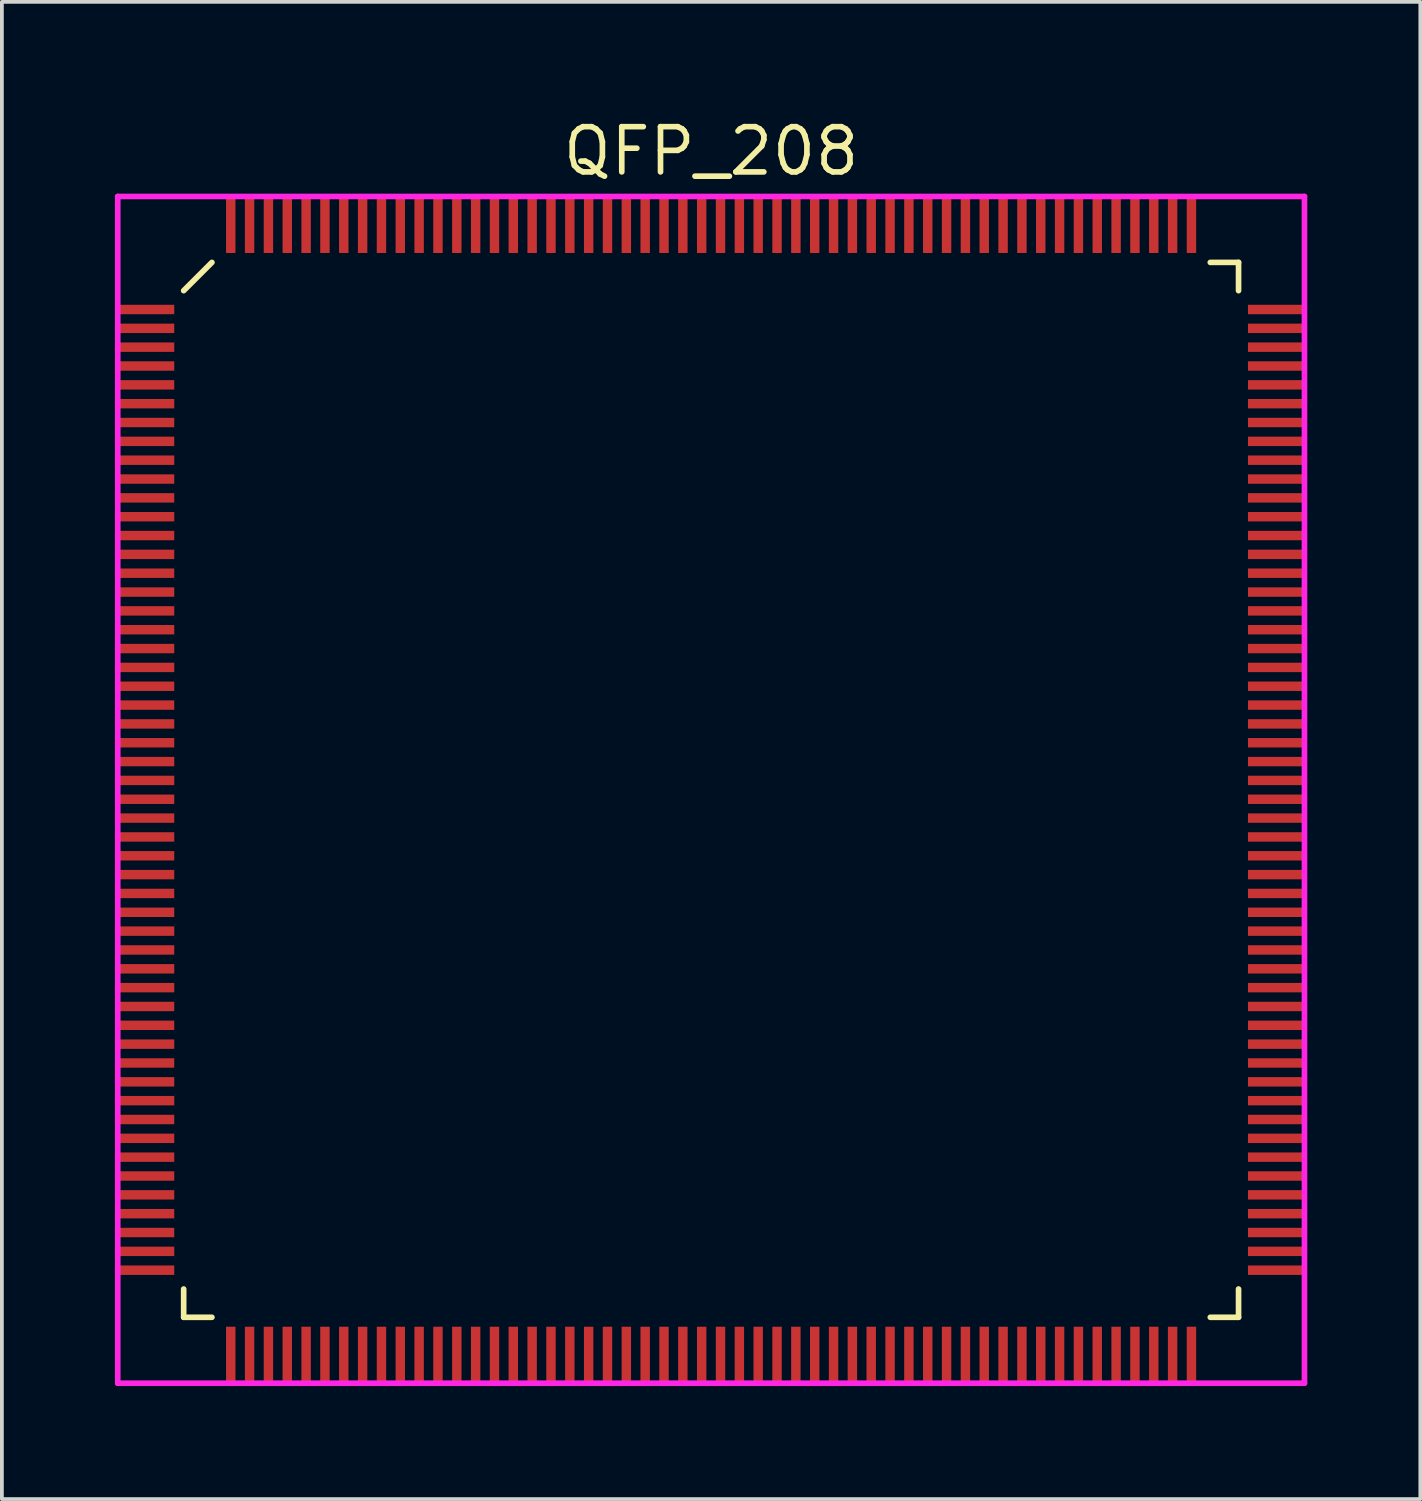
<source format=kicad_pcb>
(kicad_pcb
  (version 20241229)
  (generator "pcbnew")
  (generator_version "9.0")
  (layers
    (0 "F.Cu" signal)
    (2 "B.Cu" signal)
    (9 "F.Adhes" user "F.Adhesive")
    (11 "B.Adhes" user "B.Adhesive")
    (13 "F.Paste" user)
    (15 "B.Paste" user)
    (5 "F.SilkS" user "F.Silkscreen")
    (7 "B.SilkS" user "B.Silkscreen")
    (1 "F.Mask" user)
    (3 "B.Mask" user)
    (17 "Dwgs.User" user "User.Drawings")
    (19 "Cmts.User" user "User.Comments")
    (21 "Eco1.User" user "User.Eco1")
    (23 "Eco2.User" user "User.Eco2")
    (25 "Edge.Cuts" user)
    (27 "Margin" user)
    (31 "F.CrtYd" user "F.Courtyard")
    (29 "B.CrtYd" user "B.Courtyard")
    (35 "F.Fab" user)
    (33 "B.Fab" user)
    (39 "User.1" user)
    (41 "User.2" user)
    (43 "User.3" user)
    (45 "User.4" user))
  (footprint "QFP_208"
    (layer "F.Cu")
    (at 15.825 17.915)
    (property "Reference" "QFP_208" (at 0 -16.95 0) (layer "F.SilkS") (effects (font (size 1.2 1.2) (thickness 0.15))))
    (attr through_hole)
    (fp_line (start -14 -13.25) (end -13.25 -14) (stroke (width 0.15) (type solid)) (layer "F.SilkS"))
    (fp_line (start -14 14) (end -14 13.25) (stroke (width 0.15) (type solid)) (layer "F.SilkS"))
    (fp_line (start -13.25 14) (end -14 14) (stroke (width 0.15) (type solid)) (layer "F.SilkS"))
    (fp_line (start 13.25 -14) (end 14 -14) (stroke (width 0.15) (type solid)) (layer "F.SilkS"))
    (fp_line (start 13.25 14) (end 14 14) (stroke (width 0.15) (type solid)) (layer "F.SilkS"))
    (fp_line (start 14 -14) (end 14 -13.25) (stroke (width 0.15) (type solid)) (layer "F.SilkS"))
    (fp_line (start 14 14) (end 14 13.25) (stroke (width 0.15) (type solid)) (layer "F.SilkS"))
    (fp_line (start -15.75 -15.75) (end 15.75 -15.75) (stroke (width 0.15) (type solid)) (layer "F.CrtYd"))
    (fp_line (start -15.75 15.75) (end -15.75 -15.75) (stroke (width 0.15) (type solid)) (layer "F.CrtYd"))
    (fp_line (start 15.75 -15.75) (end 15.75 15.75) (stroke (width 0.15) (type solid)) (layer "F.CrtYd"))
    (fp_line (start 15.75 15.75) (end -15.75 15.75) (stroke (width 0.15) (type solid)) (layer "F.CrtYd"))
    (pad "1" smd rect (at -15 -12.75 90) (size 0.25 1.5) (layers "F.Cu" "F.Mask" "F.Paste"))
    (pad "2" smd rect (at -15 -12.25 90) (size 0.25 1.5) (layers "F.Cu" "F.Mask" "F.Paste"))
    (pad "3" smd rect (at -15 -11.75 90) (size 0.25 1.5) (layers "F.Cu" "F.Mask" "F.Paste"))
    (pad "4" smd rect (at -15 -11.25 90) (size 0.25 1.5) (layers "F.Cu" "F.Mask" "F.Paste"))
    (pad "5" smd rect (at -15 -10.75 90) (size 0.25 1.5) (layers "F.Cu" "F.Mask" "F.Paste"))
    (pad "6" smd rect (at -15 -10.25 90) (size 0.25 1.5) (layers "F.Cu" "F.Mask" "F.Paste"))
    (pad "7" smd rect (at -15 -9.75 90) (size 0.25 1.5) (layers "F.Cu" "F.Mask" "F.Paste"))
    (pad "8" smd rect (at -15 -9.25 90) (size 0.25 1.5) (layers "F.Cu" "F.Mask" "F.Paste"))
    (pad "9" smd rect (at -15 -8.75 90) (size 0.25 1.5) (layers "F.Cu" "F.Mask" "F.Paste"))
    (pad "10" smd rect (at -15 -8.25 90) (size 0.25 1.5) (layers "F.Cu" "F.Mask" "F.Paste"))
    (pad "11" smd rect (at -15 -7.75 90) (size 0.25 1.5) (layers "F.Cu" "F.Mask" "F.Paste"))
    (pad "12" smd rect (at -15 -7.25 90) (size 0.25 1.5) (layers "F.Cu" "F.Mask" "F.Paste"))
    (pad "13" smd rect (at -15 -6.75 90) (size 0.25 1.5) (layers "F.Cu" "F.Mask" "F.Paste"))
    (pad "14" smd rect (at -15 -6.25 90) (size 0.25 1.5) (layers "F.Cu" "F.Mask" "F.Paste"))
    (pad "15" smd rect (at -15 -5.75 90) (size 0.25 1.5) (layers "F.Cu" "F.Mask" "F.Paste"))
    (pad "16" smd rect (at -15 -5.25 90) (size 0.25 1.5) (layers "F.Cu" "F.Mask" "F.Paste"))
    (pad "17" smd rect (at -15 -4.75 90) (size 0.25 1.5) (layers "F.Cu" "F.Mask" "F.Paste"))
    (pad "18" smd rect (at -15 -4.25 90) (size 0.25 1.5) (layers "F.Cu" "F.Mask" "F.Paste"))
    (pad "19" smd rect (at -15 -3.75 90) (size 0.25 1.5) (layers "F.Cu" "F.Mask" "F.Paste"))
    (pad "20" smd rect (at -15 -3.25 90) (size 0.25 1.5) (layers "F.Cu" "F.Mask" "F.Paste"))
    (pad "21" smd rect (at -15 -2.75 90) (size 0.25 1.5) (layers "F.Cu" "F.Mask" "F.Paste"))
    (pad "22" smd rect (at -15 -2.25 90) (size 0.25 1.5) (layers "F.Cu" "F.Mask" "F.Paste"))
    (pad "23" smd rect (at -15 -1.75 90) (size 0.25 1.5) (layers "F.Cu" "F.Mask" "F.Paste"))
    (pad "24" smd rect (at -15 -1.25 90) (size 0.25 1.5) (layers "F.Cu" "F.Mask" "F.Paste"))
    (pad "25" smd rect (at -15 -0.75 90) (size 0.25 1.5) (layers "F.Cu" "F.Mask" "F.Paste"))
    (pad "26" smd rect (at -15 -0.25 90) (size 0.25 1.5) (layers "F.Cu" "F.Mask" "F.Paste"))
    (pad "27" smd rect (at -15 0.25 90) (size 0.25 1.5) (layers "F.Cu" "F.Mask" "F.Paste"))
    (pad "28" smd rect (at -15 0.75 90) (size 0.25 1.5) (layers "F.Cu" "F.Mask" "F.Paste"))
    (pad "29" smd rect (at -15 1.25 90) (size 0.25 1.5) (layers "F.Cu" "F.Mask" "F.Paste"))
    (pad "30" smd rect (at -15 1.75 90) (size 0.25 1.5) (layers "F.Cu" "F.Mask" "F.Paste"))
    (pad "31" smd rect (at -15 2.25 90) (size 0.25 1.5) (layers "F.Cu" "F.Mask" "F.Paste"))
    (pad "32" smd rect (at -15 2.75 90) (size 0.25 1.5) (layers "F.Cu" "F.Mask" "F.Paste"))
    (pad "33" smd rect (at -15 3.25 90) (size 0.25 1.5) (layers "F.Cu" "F.Mask" "F.Paste"))
    (pad "34" smd rect (at -15 3.75 90) (size 0.25 1.5) (layers "F.Cu" "F.Mask" "F.Paste"))
    (pad "35" smd rect (at -15 4.25 90) (size 0.25 1.5) (layers "F.Cu" "F.Mask" "F.Paste"))
    (pad "36" smd rect (at -15 4.75 90) (size 0.25 1.5) (layers "F.Cu" "F.Mask" "F.Paste"))
    (pad "37" smd rect (at -15 5.25 90) (size 0.25 1.5) (layers "F.Cu" "F.Mask" "F.Paste"))
    (pad "38" smd rect (at -15 5.75 90) (size 0.25 1.5) (layers "F.Cu" "F.Mask" "F.Paste"))
    (pad "39" smd rect (at -15 6.25 90) (size 0.25 1.5) (layers "F.Cu" "F.Mask" "F.Paste"))
    (pad "40" smd rect (at -15 6.75 90) (size 0.25 1.5) (layers "F.Cu" "F.Mask" "F.Paste"))
    (pad "41" smd rect (at -15 7.25 90) (size 0.25 1.5) (layers "F.Cu" "F.Mask" "F.Paste"))
    (pad "42" smd rect (at -15 7.75 90) (size 0.25 1.5) (layers "F.Cu" "F.Mask" "F.Paste"))
    (pad "43" smd rect (at -15 8.25 90) (size 0.25 1.5) (layers "F.Cu" "F.Mask" "F.Paste"))
    (pad "44" smd rect (at -15 8.75 90) (size 0.25 1.5) (layers "F.Cu" "F.Mask" "F.Paste"))
    (pad "45" smd rect (at -15 9.25 90) (size 0.25 1.5) (layers "F.Cu" "F.Mask" "F.Paste"))
    (pad "46" smd rect (at -15 9.75 90) (size 0.25 1.5) (layers "F.Cu" "F.Mask" "F.Paste"))
    (pad "47" smd rect (at -15 10.25 90) (size 0.25 1.5) (layers "F.Cu" "F.Mask" "F.Paste"))
    (pad "48" smd rect (at -15 10.75 90) (size 0.25 1.5) (layers "F.Cu" "F.Mask" "F.Paste"))
    (pad "49" smd rect (at -15 11.25 90) (size 0.25 1.5) (layers "F.Cu" "F.Mask" "F.Paste"))
    (pad "50" smd rect (at -15 11.75 90) (size 0.25 1.5) (layers "F.Cu" "F.Mask" "F.Paste"))
    (pad "51" smd rect (at -15 12.25 90) (size 0.25 1.5) (layers "F.Cu" "F.Mask" "F.Paste"))
    (pad "52" smd rect (at -15 12.75 90) (size 0.25 1.5) (layers "F.Cu" "F.Mask" "F.Paste"))
    (pad "53" smd rect (at -12.75 15) (size 0.25 1.5) (layers "F.Cu" "F.Mask" "F.Paste"))
    (pad "54" smd rect (at -12.25 15) (size 0.25 1.5) (layers "F.Cu" "F.Mask" "F.Paste"))
    (pad "55" smd rect (at -11.75 15) (size 0.25 1.5) (layers "F.Cu" "F.Mask" "F.Paste"))
    (pad "56" smd rect (at -11.25 15) (size 0.25 1.5) (layers "F.Cu" "F.Mask" "F.Paste"))
    (pad "57" smd rect (at -10.75 15) (size 0.25 1.5) (layers "F.Cu" "F.Mask" "F.Paste"))
    (pad "58" smd rect (at -10.25 15) (size 0.25 1.5) (layers "F.Cu" "F.Mask" "F.Paste"))
    (pad "59" smd rect (at -9.75 15) (size 0.25 1.5) (layers "F.Cu" "F.Mask" "F.Paste"))
    (pad "60" smd rect (at -9.25 15) (size 0.25 1.5) (layers "F.Cu" "F.Mask" "F.Paste"))
    (pad "61" smd rect (at -8.75 15) (size 0.25 1.5) (layers "F.Cu" "F.Mask" "F.Paste"))
    (pad "62" smd rect (at -8.25 15) (size 0.25 1.5) (layers "F.Cu" "F.Mask" "F.Paste"))
    (pad "63" smd rect (at -7.75 15) (size 0.25 1.5) (layers "F.Cu" "F.Mask" "F.Paste"))
    (pad "64" smd rect (at -7.25 15) (size 0.25 1.5) (layers "F.Cu" "F.Mask" "F.Paste"))
    (pad "65" smd rect (at -6.75 15) (size 0.25 1.5) (layers "F.Cu" "F.Mask" "F.Paste"))
    (pad "66" smd rect (at -6.25 15) (size 0.25 1.5) (layers "F.Cu" "F.Mask" "F.Paste"))
    (pad "67" smd rect (at -5.75 15) (size 0.25 1.5) (layers "F.Cu" "F.Mask" "F.Paste"))
    (pad "68" smd rect (at -5.25 15) (size 0.25 1.5) (layers "F.Cu" "F.Mask" "F.Paste"))
    (pad "69" smd rect (at -4.75 15) (size 0.25 1.5) (layers "F.Cu" "F.Mask" "F.Paste"))
    (pad "70" smd rect (at -4.25 15) (size 0.25 1.5) (layers "F.Cu" "F.Mask" "F.Paste"))
    (pad "71" smd rect (at -3.75 15) (size 0.25 1.5) (layers "F.Cu" "F.Mask" "F.Paste"))
    (pad "72" smd rect (at -3.25 15) (size 0.25 1.5) (layers "F.Cu" "F.Mask" "F.Paste"))
    (pad "73" smd rect (at -2.75 15) (size 0.25 1.5) (layers "F.Cu" "F.Mask" "F.Paste"))
    (pad "74" smd rect (at -2.25 15) (size 0.25 1.5) (layers "F.Cu" "F.Mask" "F.Paste"))
    (pad "75" smd rect (at -1.75 15) (size 0.25 1.5) (layers "F.Cu" "F.Mask" "F.Paste"))
    (pad "76" smd rect (at -1.25 15) (size 0.25 1.5) (layers "F.Cu" "F.Mask" "F.Paste"))
    (pad "77" smd rect (at -0.75 15) (size 0.25 1.5) (layers "F.Cu" "F.Mask" "F.Paste"))
    (pad "78" smd rect (at -0.25 15) (size 0.25 1.5) (layers "F.Cu" "F.Mask" "F.Paste"))
    (pad "79" smd rect (at 0.25 15) (size 0.25 1.5) (layers "F.Cu" "F.Mask" "F.Paste"))
    (pad "80" smd rect (at 0.75 15) (size 0.25 1.5) (layers "F.Cu" "F.Mask" "F.Paste"))
    (pad "81" smd rect (at 1.25 15) (size 0.25 1.5) (layers "F.Cu" "F.Mask" "F.Paste"))
    (pad "82" smd rect (at 1.75 15) (size 0.25 1.5) (layers "F.Cu" "F.Mask" "F.Paste"))
    (pad "83" smd rect (at 2.25 15) (size 0.25 1.5) (layers "F.Cu" "F.Mask" "F.Paste"))
    (pad "84" smd rect (at 2.75 15) (size 0.25 1.5) (layers "F.Cu" "F.Mask" "F.Paste"))
    (pad "85" smd rect (at 3.25 15) (size 0.25 1.5) (layers "F.Cu" "F.Mask" "F.Paste"))
    (pad "86" smd rect (at 3.75 15) (size 0.25 1.5) (layers "F.Cu" "F.Mask" "F.Paste"))
    (pad "87" smd rect (at 4.25 15) (size 0.25 1.5) (layers "F.Cu" "F.Mask" "F.Paste"))
    (pad "88" smd rect (at 4.75 15) (size 0.25 1.5) (layers "F.Cu" "F.Mask" "F.Paste"))
    (pad "89" smd rect (at 5.25 15) (size 0.25 1.5) (layers "F.Cu" "F.Mask" "F.Paste"))
    (pad "90" smd rect (at 5.75 15) (size 0.25 1.5) (layers "F.Cu" "F.Mask" "F.Paste"))
    (pad "91" smd rect (at 6.25 15) (size 0.25 1.5) (layers "F.Cu" "F.Mask" "F.Paste"))
    (pad "92" smd rect (at 6.75 15) (size 0.25 1.5) (layers "F.Cu" "F.Mask" "F.Paste"))
    (pad "93" smd rect (at 7.25 15) (size 0.25 1.5) (layers "F.Cu" "F.Mask" "F.Paste"))
    (pad "94" smd rect (at 7.75 15) (size 0.25 1.5) (layers "F.Cu" "F.Mask" "F.Paste"))
    (pad "95" smd rect (at 8.25 15) (size 0.25 1.5) (layers "F.Cu" "F.Mask" "F.Paste"))
    (pad "96" smd rect (at 8.75 15) (size 0.25 1.5) (layers "F.Cu" "F.Mask" "F.Paste"))
    (pad "97" smd rect (at 9.25 15) (size 0.25 1.5) (layers "F.Cu" "F.Mask" "F.Paste"))
    (pad "98" smd rect (at 9.75 15) (size 0.25 1.5) (layers "F.Cu" "F.Mask" "F.Paste"))
    (pad "99" smd rect (at 10.25 15) (size 0.25 1.5) (layers "F.Cu" "F.Mask" "F.Paste"))
    (pad "100" smd rect (at 10.75 15) (size 0.25 1.5) (layers "F.Cu" "F.Mask" "F.Paste"))
    (pad "101" smd rect (at 11.25 15) (size 0.25 1.5) (layers "F.Cu" "F.Mask" "F.Paste"))
    (pad "102" smd rect (at 11.75 15) (size 0.25 1.5) (layers "F.Cu" "F.Mask" "F.Paste"))
    (pad "103" smd rect (at 12.25 15) (size 0.25 1.5) (layers "F.Cu" "F.Mask" "F.Paste"))
    (pad "104" smd rect (at 12.75 15) (size 0.25 1.5) (layers "F.Cu" "F.Mask" "F.Paste"))
    (pad "105" smd rect (at 15 12.75 90) (size 0.25 1.5) (layers "F.Cu" "F.Mask" "F.Paste"))
    (pad "106" smd rect (at 15 12.25 90) (size 0.25 1.5) (layers "F.Cu" "F.Mask" "F.Paste"))
    (pad "107" smd rect (at 15 11.75 90) (size 0.25 1.5) (layers "F.Cu" "F.Mask" "F.Paste"))
    (pad "108" smd rect (at 15 11.25 90) (size 0.25 1.5) (layers "F.Cu" "F.Mask" "F.Paste"))
    (pad "109" smd rect (at 15 10.75 90) (size 0.25 1.5) (layers "F.Cu" "F.Mask" "F.Paste"))
    (pad "110" smd rect (at 15 10.25 90) (size 0.25 1.5) (layers "F.Cu" "F.Mask" "F.Paste"))
    (pad "111" smd rect (at 15 9.75 90) (size 0.25 1.5) (layers "F.Cu" "F.Mask" "F.Paste"))
    (pad "112" smd rect (at 15 9.25 90) (size 0.25 1.5) (layers "F.Cu" "F.Mask" "F.Paste"))
    (pad "113" smd rect (at 15 8.75 90) (size 0.25 1.5) (layers "F.Cu" "F.Mask" "F.Paste"))
    (pad "114" smd rect (at 15 8.25 90) (size 0.25 1.5) (layers "F.Cu" "F.Mask" "F.Paste"))
    (pad "115" smd rect (at 15 7.75 90) (size 0.25 1.5) (layers "F.Cu" "F.Mask" "F.Paste"))
    (pad "116" smd rect (at 15 7.25 90) (size 0.25 1.5) (layers "F.Cu" "F.Mask" "F.Paste"))
    (pad "117" smd rect (at 15 6.75 90) (size 0.25 1.5) (layers "F.Cu" "F.Mask" "F.Paste"))
    (pad "118" smd rect (at 15 6.25 90) (size 0.25 1.5) (layers "F.Cu" "F.Mask" "F.Paste"))
    (pad "119" smd rect (at 15 5.75 90) (size 0.25 1.5) (layers "F.Cu" "F.Mask" "F.Paste"))
    (pad "120" smd rect (at 15 5.25 90) (size 0.25 1.5) (layers "F.Cu" "F.Mask" "F.Paste"))
    (pad "121" smd rect (at 15 4.75 90) (size 0.25 1.5) (layers "F.Cu" "F.Mask" "F.Paste"))
    (pad "122" smd rect (at 15 4.25 90) (size 0.25 1.5) (layers "F.Cu" "F.Mask" "F.Paste"))
    (pad "123" smd rect (at 15 3.75 90) (size 0.25 1.5) (layers "F.Cu" "F.Mask" "F.Paste"))
    (pad "124" smd rect (at 15 3.25 90) (size 0.25 1.5) (layers "F.Cu" "F.Mask" "F.Paste"))
    (pad "125" smd rect (at 15 2.75 90) (size 0.25 1.5) (layers "F.Cu" "F.Mask" "F.Paste"))
    (pad "126" smd rect (at 15 2.25 90) (size 0.25 1.5) (layers "F.Cu" "F.Mask" "F.Paste"))
    (pad "127" smd rect (at 15 1.75 90) (size 0.25 1.5) (layers "F.Cu" "F.Mask" "F.Paste"))
    (pad "128" smd rect (at 15 1.25 90) (size 0.25 1.5) (layers "F.Cu" "F.Mask" "F.Paste"))
    (pad "129" smd rect (at 15 0.75 90) (size 0.25 1.5) (layers "F.Cu" "F.Mask" "F.Paste"))
    (pad "130" smd rect (at 15 0.25 90) (size 0.25 1.5) (layers "F.Cu" "F.Mask" "F.Paste"))
    (pad "131" smd rect (at 15 -0.25 90) (size 0.25 1.5) (layers "F.Cu" "F.Mask" "F.Paste"))
    (pad "132" smd rect (at 15 -0.75 90) (size 0.25 1.5) (layers "F.Cu" "F.Mask" "F.Paste"))
    (pad "133" smd rect (at 15 -1.25 90) (size 0.25 1.5) (layers "F.Cu" "F.Mask" "F.Paste"))
    (pad "134" smd rect (at 15 -1.75 90) (size 0.25 1.5) (layers "F.Cu" "F.Mask" "F.Paste"))
    (pad "135" smd rect (at 15 -2.25 90) (size 0.25 1.5) (layers "F.Cu" "F.Mask" "F.Paste"))
    (pad "136" smd rect (at 15 -2.75 90) (size 0.25 1.5) (layers "F.Cu" "F.Mask" "F.Paste"))
    (pad "137" smd rect (at 15 -3.25 90) (size 0.25 1.5) (layers "F.Cu" "F.Mask" "F.Paste"))
    (pad "138" smd rect (at 15 -3.75 90) (size 0.25 1.5) (layers "F.Cu" "F.Mask" "F.Paste"))
    (pad "139" smd rect (at 15 -4.25 90) (size 0.25 1.5) (layers "F.Cu" "F.Mask" "F.Paste"))
    (pad "140" smd rect (at 15 -4.75 90) (size 0.25 1.5) (layers "F.Cu" "F.Mask" "F.Paste"))
    (pad "141" smd rect (at 15 -5.25 90) (size 0.25 1.5) (layers "F.Cu" "F.Mask" "F.Paste"))
    (pad "142" smd rect (at 15 -5.75 90) (size 0.25 1.5) (layers "F.Cu" "F.Mask" "F.Paste"))
    (pad "143" smd rect (at 15 -6.25 90) (size 0.25 1.5) (layers "F.Cu" "F.Mask" "F.Paste"))
    (pad "144" smd rect (at 15 -6.75 90) (size 0.25 1.5) (layers "F.Cu" "F.Mask" "F.Paste"))
    (pad "145" smd rect (at 15 -7.25 90) (size 0.25 1.5) (layers "F.Cu" "F.Mask" "F.Paste"))
    (pad "146" smd rect (at 15 -7.75 90) (size 0.25 1.5) (layers "F.Cu" "F.Mask" "F.Paste"))
    (pad "147" smd rect (at 15 -8.25 90) (size 0.25 1.5) (layers "F.Cu" "F.Mask" "F.Paste"))
    (pad "148" smd rect (at 15 -8.75 90) (size 0.25 1.5) (layers "F.Cu" "F.Mask" "F.Paste"))
    (pad "149" smd rect (at 15 -9.25 90) (size 0.25 1.5) (layers "F.Cu" "F.Mask" "F.Paste"))
    (pad "150" smd rect (at 15 -9.75 90) (size 0.25 1.5) (layers "F.Cu" "F.Mask" "F.Paste"))
    (pad "151" smd rect (at 15 -10.25 90) (size 0.25 1.5) (layers "F.Cu" "F.Mask" "F.Paste"))
    (pad "152" smd rect (at 15 -10.75 90) (size 0.25 1.5) (layers "F.Cu" "F.Mask" "F.Paste"))
    (pad "153" smd rect (at 15 -11.25 90) (size 0.25 1.5) (layers "F.Cu" "F.Mask" "F.Paste"))
    (pad "154" smd rect (at 15 -11.75 90) (size 0.25 1.5) (layers "F.Cu" "F.Mask" "F.Paste"))
    (pad "155" smd rect (at 15 -12.25 90) (size 0.25 1.5) (layers "F.Cu" "F.Mask" "F.Paste"))
    (pad "156" smd rect (at 15 -12.75 90) (size 0.25 1.5) (layers "F.Cu" "F.Mask" "F.Paste"))
    (pad "157" smd rect (at 12.75 -15) (size 0.25 1.5) (layers "F.Cu" "F.Mask" "F.Paste"))
    (pad "158" smd rect (at 12.25 -15) (size 0.25 1.5) (layers "F.Cu" "F.Mask" "F.Paste"))
    (pad "159" smd rect (at 11.75 -15) (size 0.25 1.5) (layers "F.Cu" "F.Mask" "F.Paste"))
    (pad "160" smd rect (at 11.25 -15) (size 0.25 1.5) (layers "F.Cu" "F.Mask" "F.Paste"))
    (pad "161" smd rect (at 10.75 -15) (size 0.25 1.5) (layers "F.Cu" "F.Mask" "F.Paste"))
    (pad "162" smd rect (at 10.25 -15) (size 0.25 1.5) (layers "F.Cu" "F.Mask" "F.Paste"))
    (pad "163" smd rect (at 9.75 -15) (size 0.25 1.5) (layers "F.Cu" "F.Mask" "F.Paste"))
    (pad "164" smd rect (at 9.25 -15) (size 0.25 1.5) (layers "F.Cu" "F.Mask" "F.Paste"))
    (pad "165" smd rect (at 8.75 -15) (size 0.25 1.5) (layers "F.Cu" "F.Mask" "F.Paste"))
    (pad "166" smd rect (at 8.25 -15) (size 0.25 1.5) (layers "F.Cu" "F.Mask" "F.Paste"))
    (pad "167" smd rect (at 7.75 -15) (size 0.25 1.5) (layers "F.Cu" "F.Mask" "F.Paste"))
    (pad "168" smd rect (at 7.25 -15) (size 0.25 1.5) (layers "F.Cu" "F.Mask" "F.Paste"))
    (pad "169" smd rect (at 6.75 -15) (size 0.25 1.5) (layers "F.Cu" "F.Mask" "F.Paste"))
    (pad "170" smd rect (at 6.25 -15) (size 0.25 1.5) (layers "F.Cu" "F.Mask" "F.Paste"))
    (pad "171" smd rect (at 5.75 -15) (size 0.25 1.5) (layers "F.Cu" "F.Mask" "F.Paste"))
    (pad "172" smd rect (at 5.25 -15) (size 0.25 1.5) (layers "F.Cu" "F.Mask" "F.Paste"))
    (pad "173" smd rect (at 4.75 -15) (size 0.25 1.5) (layers "F.Cu" "F.Mask" "F.Paste"))
    (pad "174" smd rect (at 4.25 -15) (size 0.25 1.5) (layers "F.Cu" "F.Mask" "F.Paste"))
    (pad "175" smd rect (at 3.75 -15) (size 0.25 1.5) (layers "F.Cu" "F.Mask" "F.Paste"))
    (pad "176" smd rect (at 3.25 -15) (size 0.25 1.5) (layers "F.Cu" "F.Mask" "F.Paste"))
    (pad "177" smd rect (at 2.75 -15) (size 0.25 1.5) (layers "F.Cu" "F.Mask" "F.Paste"))
    (pad "178" smd rect (at 2.25 -15) (size 0.25 1.5) (layers "F.Cu" "F.Mask" "F.Paste"))
    (pad "179" smd rect (at 1.75 -15) (size 0.25 1.5) (layers "F.Cu" "F.Mask" "F.Paste"))
    (pad "180" smd rect (at 1.25 -15) (size 0.25 1.5) (layers "F.Cu" "F.Mask" "F.Paste"))
    (pad "181" smd rect (at 0.75 -15) (size 0.25 1.5) (layers "F.Cu" "F.Mask" "F.Paste"))
    (pad "182" smd rect (at 0.25 -15) (size 0.25 1.5) (layers "F.Cu" "F.Mask" "F.Paste"))
    (pad "183" smd rect (at -0.25 -15) (size 0.25 1.5) (layers "F.Cu" "F.Mask" "F.Paste"))
    (pad "184" smd rect (at -0.75 -15) (size 0.25 1.5) (layers "F.Cu" "F.Mask" "F.Paste"))
    (pad "185" smd rect (at -1.25 -15) (size 0.25 1.5) (layers "F.Cu" "F.Mask" "F.Paste"))
    (pad "186" smd rect (at -1.75 -15) (size 0.25 1.5) (layers "F.Cu" "F.Mask" "F.Paste"))
    (pad "187" smd rect (at -2.25 -15) (size 0.25 1.5) (layers "F.Cu" "F.Mask" "F.Paste"))
    (pad "188" smd rect (at -2.75 -15) (size 0.25 1.5) (layers "F.Cu" "F.Mask" "F.Paste"))
    (pad "189" smd rect (at -3.25 -15) (size 0.25 1.5) (layers "F.Cu" "F.Mask" "F.Paste"))
    (pad "190" smd rect (at -3.75 -15) (size 0.25 1.5) (layers "F.Cu" "F.Mask" "F.Paste"))
    (pad "191" smd rect (at -4.25 -15) (size 0.25 1.5) (layers "F.Cu" "F.Mask" "F.Paste"))
    (pad "192" smd rect (at -4.75 -15) (size 0.25 1.5) (layers "F.Cu" "F.Mask" "F.Paste"))
    (pad "193" smd rect (at -5.25 -15) (size 0.25 1.5) (layers "F.Cu" "F.Mask" "F.Paste"))
    (pad "194" smd rect (at -5.75 -15) (size 0.25 1.5) (layers "F.Cu" "F.Mask" "F.Paste"))
    (pad "195" smd rect (at -6.25 -15) (size 0.25 1.5) (layers "F.Cu" "F.Mask" "F.Paste"))
    (pad "196" smd rect (at -6.75 -15) (size 0.25 1.5) (layers "F.Cu" "F.Mask" "F.Paste"))
    (pad "197" smd rect (at -7.25 -15) (size 0.25 1.5) (layers "F.Cu" "F.Mask" "F.Paste"))
    (pad "198" smd rect (at -7.75 -15) (size 0.25 1.5) (layers "F.Cu" "F.Mask" "F.Paste"))
    (pad "199" smd rect (at -8.25 -15) (size 0.25 1.5) (layers "F.Cu" "F.Mask" "F.Paste"))
    (pad "200" smd rect (at -8.75 -15) (size 0.25 1.5) (layers "F.Cu" "F.Mask" "F.Paste"))
    (pad "201" smd rect (at -9.25 -15) (size 0.25 1.5) (layers "F.Cu" "F.Mask" "F.Paste"))
    (pad "202" smd rect (at -9.75 -15) (size 0.25 1.5) (layers "F.Cu" "F.Mask" "F.Paste"))
    (pad "203" smd rect (at -10.25 -15) (size 0.25 1.5) (layers "F.Cu" "F.Mask" "F.Paste"))
    (pad "204" smd rect (at -10.75 -15) (size 0.25 1.5) (layers "F.Cu" "F.Mask" "F.Paste"))
    (pad "205" smd rect (at -11.25 -15) (size 0.25 1.5) (layers "F.Cu" "F.Mask" "F.Paste"))
    (pad "206" smd rect (at -11.75 -15) (size 0.25 1.5) (layers "F.Cu" "F.Mask" "F.Paste"))
    (pad "207" smd rect (at -12.25 -15) (size 0.25 1.5) (layers "F.Cu" "F.Mask" "F.Paste"))
    (pad "208" smd rect (at -12.75 -15) (size 0.25 1.5) (layers "F.Cu" "F.Mask" "F.Paste")))
  (gr_rect
    (start -3 -3)
    (end 34.65 36.74)
    (stroke (width 0.1) (type default))
    (fill no)
    (layer "Edge.Cuts")))
</source>
